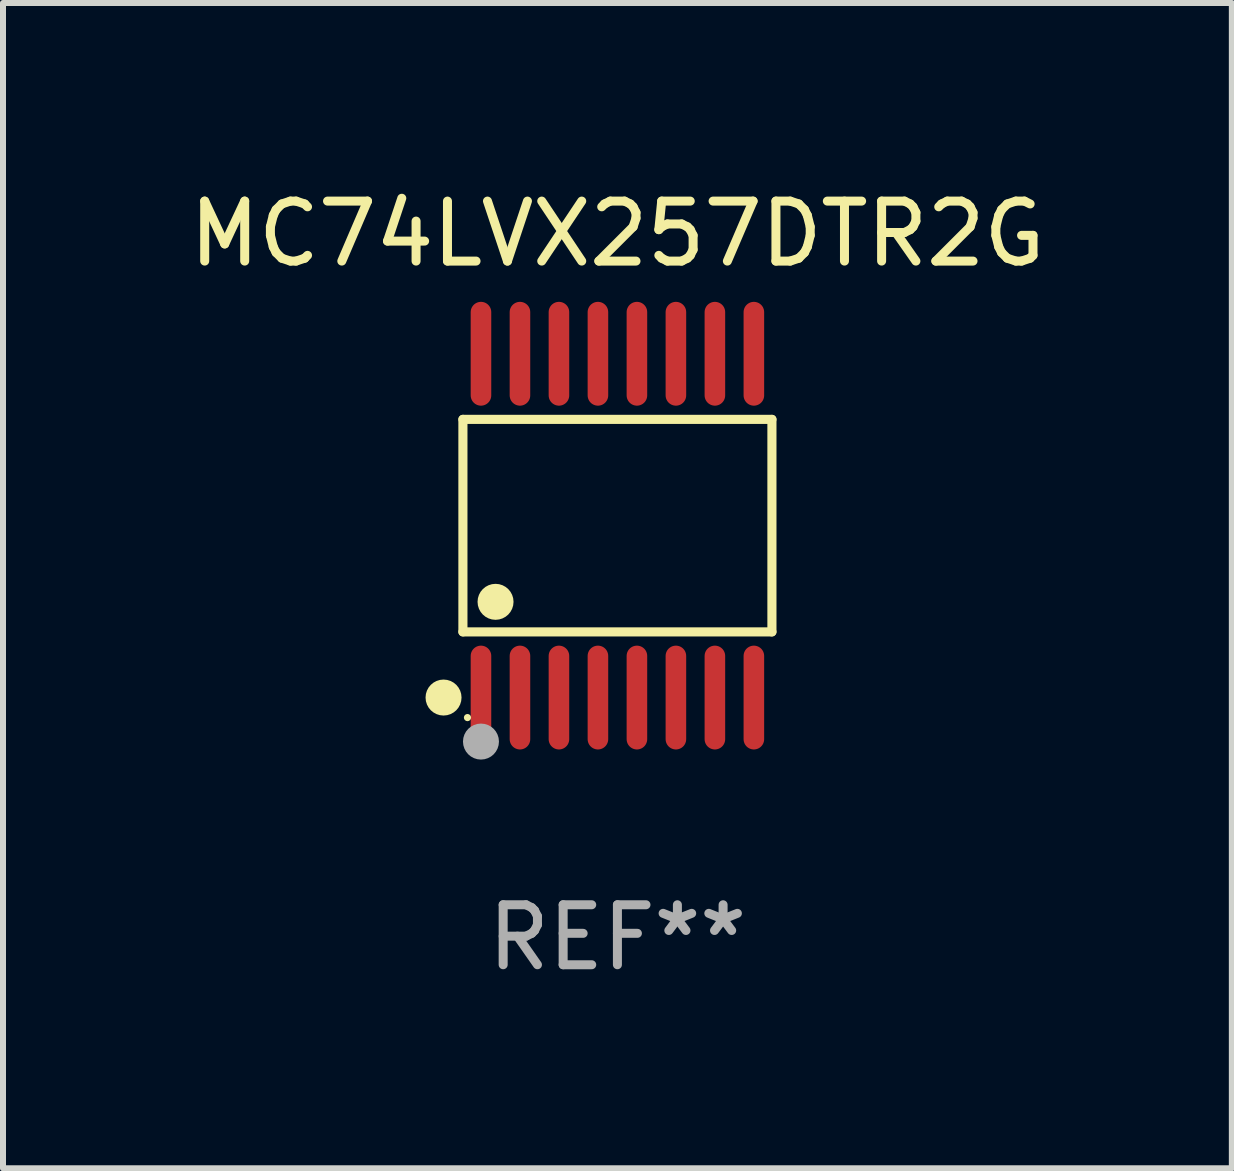
<source format=kicad_pcb>
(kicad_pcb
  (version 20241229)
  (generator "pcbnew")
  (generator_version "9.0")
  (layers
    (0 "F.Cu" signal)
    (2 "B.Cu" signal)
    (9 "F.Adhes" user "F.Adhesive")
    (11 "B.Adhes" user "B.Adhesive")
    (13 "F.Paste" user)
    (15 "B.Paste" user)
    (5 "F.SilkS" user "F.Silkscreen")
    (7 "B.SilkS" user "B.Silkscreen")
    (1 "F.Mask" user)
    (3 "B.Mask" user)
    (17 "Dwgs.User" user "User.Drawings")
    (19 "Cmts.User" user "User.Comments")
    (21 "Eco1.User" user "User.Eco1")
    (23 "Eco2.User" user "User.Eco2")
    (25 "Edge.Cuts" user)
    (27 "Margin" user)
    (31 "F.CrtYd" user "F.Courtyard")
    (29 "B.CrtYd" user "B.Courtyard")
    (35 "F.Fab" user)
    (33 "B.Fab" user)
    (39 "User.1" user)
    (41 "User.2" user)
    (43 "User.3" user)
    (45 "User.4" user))
  (footprint "MC74LVX257DTR2G"
    (layer "F.Cu")
    (at 7.244 5.714)
    (property "Reference" "MC74LVX257DTR2G" (at 0 -4.866 0) (layer "F.SilkS") (effects (font (size 1 1) (thickness 0.15))))
    (attr through_hole)
    (fp_line (start -2.576 -1.772) (end 2.576 -1.772) (stroke (width 0.152) (type solid)) (layer "F.SilkS"))
    (fp_line (start -2.576 1.771) (end -2.576 -1.772) (stroke (width 0.152) (type solid)) (layer "F.SilkS"))
    (fp_line (start 2.576 -1.772) (end 2.576 1.771) (stroke (width 0.152) (type solid)) (layer "F.SilkS"))
    (fp_line (start 2.576 1.771) (end -2.576 1.771) (stroke (width 0.152) (type solid)) (layer "F.SilkS"))
    (fp_circle (center -2.899 2.866) (end -2.749 2.866) (stroke (width 0.3) (type solid)) (fill no) (layer "F.SilkS"))
    (fp_circle (center -2.5 3.2) (end -2.47 3.2) (stroke (width 0.06) (type solid)) (fill no) (layer "F.SilkS"))
    (fp_circle (center -2.032 1.27) (end -1.882 1.27) (stroke (width 0.3) (type solid)) (fill no) (layer "F.SilkS"))
    (fp_circle (center -2.275 3.6) (end -2.125 3.6) (stroke (width 0.3) (type solid)) (fill no) (layer "F.Fab"))
    (fp_text user "REF**" (at 0 6.866 0) (layer "F.Fab") (effects (font (size 1 1) (thickness 0.15))))
    (pad "1" smd oval (at -2.275 2.866) (size 0.343 1.731) (layers "F.Cu" "F.Mask" "F.Paste"))
    (pad "2" smd oval (at -1.625 2.866) (size 0.343 1.731) (layers "F.Cu" "F.Mask" "F.Paste"))
    (pad "3" smd oval (at -0.975 2.866) (size 0.343 1.731) (layers "F.Cu" "F.Mask" "F.Paste"))
    (pad "4" smd oval (at -0.325 2.866) (size 0.343 1.731) (layers "F.Cu" "F.Mask" "F.Paste"))
    (pad "5" smd oval (at 0.325 2.866) (size 0.343 1.731) (layers "F.Cu" "F.Mask" "F.Paste"))
    (pad "6" smd oval (at 0.975 2.866) (size 0.343 1.731) (layers "F.Cu" "F.Mask" "F.Paste"))
    (pad "7" smd oval (at 1.625 2.866) (size 0.343 1.731) (layers "F.Cu" "F.Mask" "F.Paste"))
    (pad "8" smd oval (at 2.275 2.866) (size 0.343 1.731) (layers "F.Cu" "F.Mask" "F.Paste"))
    (pad "9" smd oval (at 2.275 -2.866) (size 0.343 1.731) (layers "F.Cu" "F.Mask" "F.Paste"))
    (pad "10" smd oval (at 1.625 -2.866) (size 0.343 1.731) (layers "F.Cu" "F.Mask" "F.Paste"))
    (pad "11" smd oval (at 0.975 -2.866) (size 0.343 1.731) (layers "F.Cu" "F.Mask" "F.Paste"))
    (pad "12" smd oval (at 0.325 -2.866) (size 0.343 1.731) (layers "F.Cu" "F.Mask" "F.Paste"))
    (pad "13" smd oval (at -0.325 -2.866) (size 0.343 1.731) (layers "F.Cu" "F.Mask" "F.Paste"))
    (pad "14" smd oval (at -0.975 -2.866) (size 0.343 1.731) (layers "F.Cu" "F.Mask" "F.Paste"))
    (pad "15" smd oval (at -1.625 -2.866) (size 0.343 1.731) (layers "F.Cu" "F.Mask" "F.Paste"))
    (pad "16" smd oval (at -2.275 -2.866) (size 0.343 1.731) (layers "F.Cu" "F.Mask" "F.Paste")))
  (gr_rect
    (start -3 -3)
    (end 17.488 16.428)
    (stroke (width 0.1) (type default))
    (fill no)
    (layer "Edge.Cuts")))
</source>
